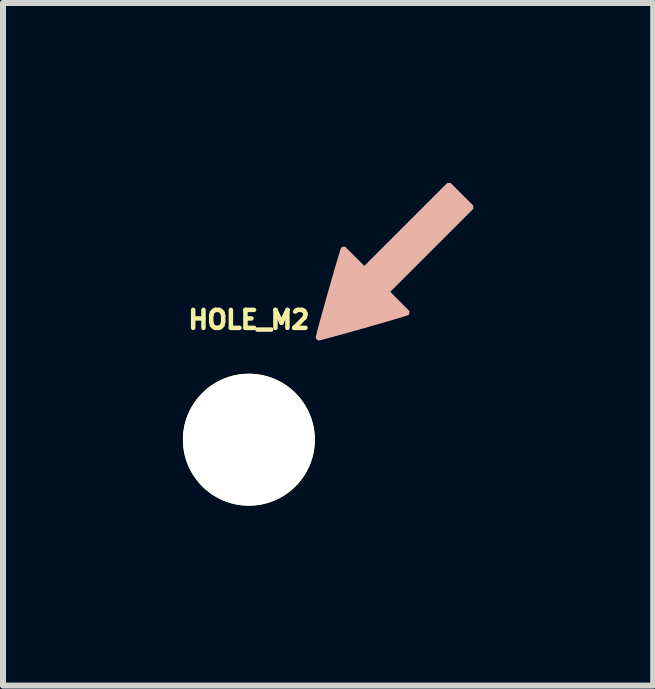
<source format=kicad_pcb>
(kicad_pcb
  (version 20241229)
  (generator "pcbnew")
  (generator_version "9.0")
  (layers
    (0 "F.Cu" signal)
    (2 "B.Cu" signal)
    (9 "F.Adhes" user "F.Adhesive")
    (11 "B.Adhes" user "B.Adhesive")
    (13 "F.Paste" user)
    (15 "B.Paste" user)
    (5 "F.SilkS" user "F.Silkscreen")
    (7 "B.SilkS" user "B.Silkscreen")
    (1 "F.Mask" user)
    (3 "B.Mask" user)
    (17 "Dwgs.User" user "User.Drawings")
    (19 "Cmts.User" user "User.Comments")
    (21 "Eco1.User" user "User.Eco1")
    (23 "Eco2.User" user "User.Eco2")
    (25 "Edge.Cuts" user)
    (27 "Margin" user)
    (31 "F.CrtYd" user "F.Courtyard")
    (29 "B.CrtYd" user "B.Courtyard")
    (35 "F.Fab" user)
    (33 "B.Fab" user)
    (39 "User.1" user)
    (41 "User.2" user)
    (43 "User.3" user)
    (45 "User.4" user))
  (footprint "HOLE_M2"
    (layer "F.Cu")
    (at 1.1 4.282)
    (property "Reference" "HOLE_M2" (at 0 -2 0) (layer "F.SilkS") (effects (font (size 0.3 0.3) (thickness 0.075))))
    (attr through_hole)
    (fp_poly (pts (xy 1.143 -1.663) (xy 1.166 -1.655) (xy 1.177 -1.656) (xy 1.202 -1.662) (xy 1.238 -1.671) (xy 1.286 -1.684) (xy 1.343 -1.699) (xy 1.409 -1.717) (xy 1.482 -1.737) (xy 1.561 -1.759) (xy 1.645 -1.782) (xy 1.733 -1.807) (xy 1.823 -1.832) (xy 1.914 -1.858) (xy 2.005 -1.884) (xy 2.095 -1.91) (xy 2.183 -1.935) (xy 2.267 -1.959) (xy 2.346 -1.982) (xy 2.419 -2.004) (xy 2.485 -2.023) (xy 2.542 -2.04) (xy 2.59 -2.055) (xy 2.627 -2.066) (xy 2.651 -2.074) (xy 2.663 -2.079) (xy 2.663 -2.079) (xy 2.673 -2.097) (xy 2.677 -2.119) (xy 2.677 -2.12) (xy 2.677 -2.146) (xy 2.358 -2.466) (xy 3.742 -3.85) (xy 3.742 -3.903) (xy 3.363 -4.282) (xy 3.309 -4.282) (xy 1.925 -2.898) (xy 1.606 -3.218) (xy 1.579 -3.218) (xy 1.557 -3.214) (xy 1.539 -3.204) (xy 1.539 -3.203) (xy 1.535 -3.194) (xy 1.527 -3.172) (xy 1.516 -3.137) (xy 1.502 -3.09) (xy 1.485 -3.034) (xy 1.466 -2.97) (xy 1.445 -2.898) (xy 1.422 -2.819) (xy 1.398 -2.736) (xy 1.373 -2.649) (xy 1.347 -2.559) (xy 1.321 -2.468) (xy 1.295 -2.376) (xy 1.27 -2.286) (xy 1.245 -2.198) (xy 1.222 -2.113) (xy 1.2 -2.033) (xy 1.179 -1.96) (xy 1.161 -1.893) (xy 1.145 -1.834) (xy 1.133 -1.785) (xy 1.123 -1.747) (xy 1.117 -1.721) (xy 1.114 -1.708) (xy 1.114 -1.707) (xy 1.123 -1.682)) (stroke (width 0) (type solid)) (fill yes) (layer "B.SilkS"))
    (pad "" np_thru_hole circle (at 0 0) (size 2.2 2.2) (drill 2.2) (layers "*.Cu" "*.Mask" "F.SilkS")))
  (gr_rect
    (start -3 -3)
    (end 7.842 8.382)
    (stroke (width 0.1) (type default))
    (fill no)
    (layer "Edge.Cuts")))
</source>
